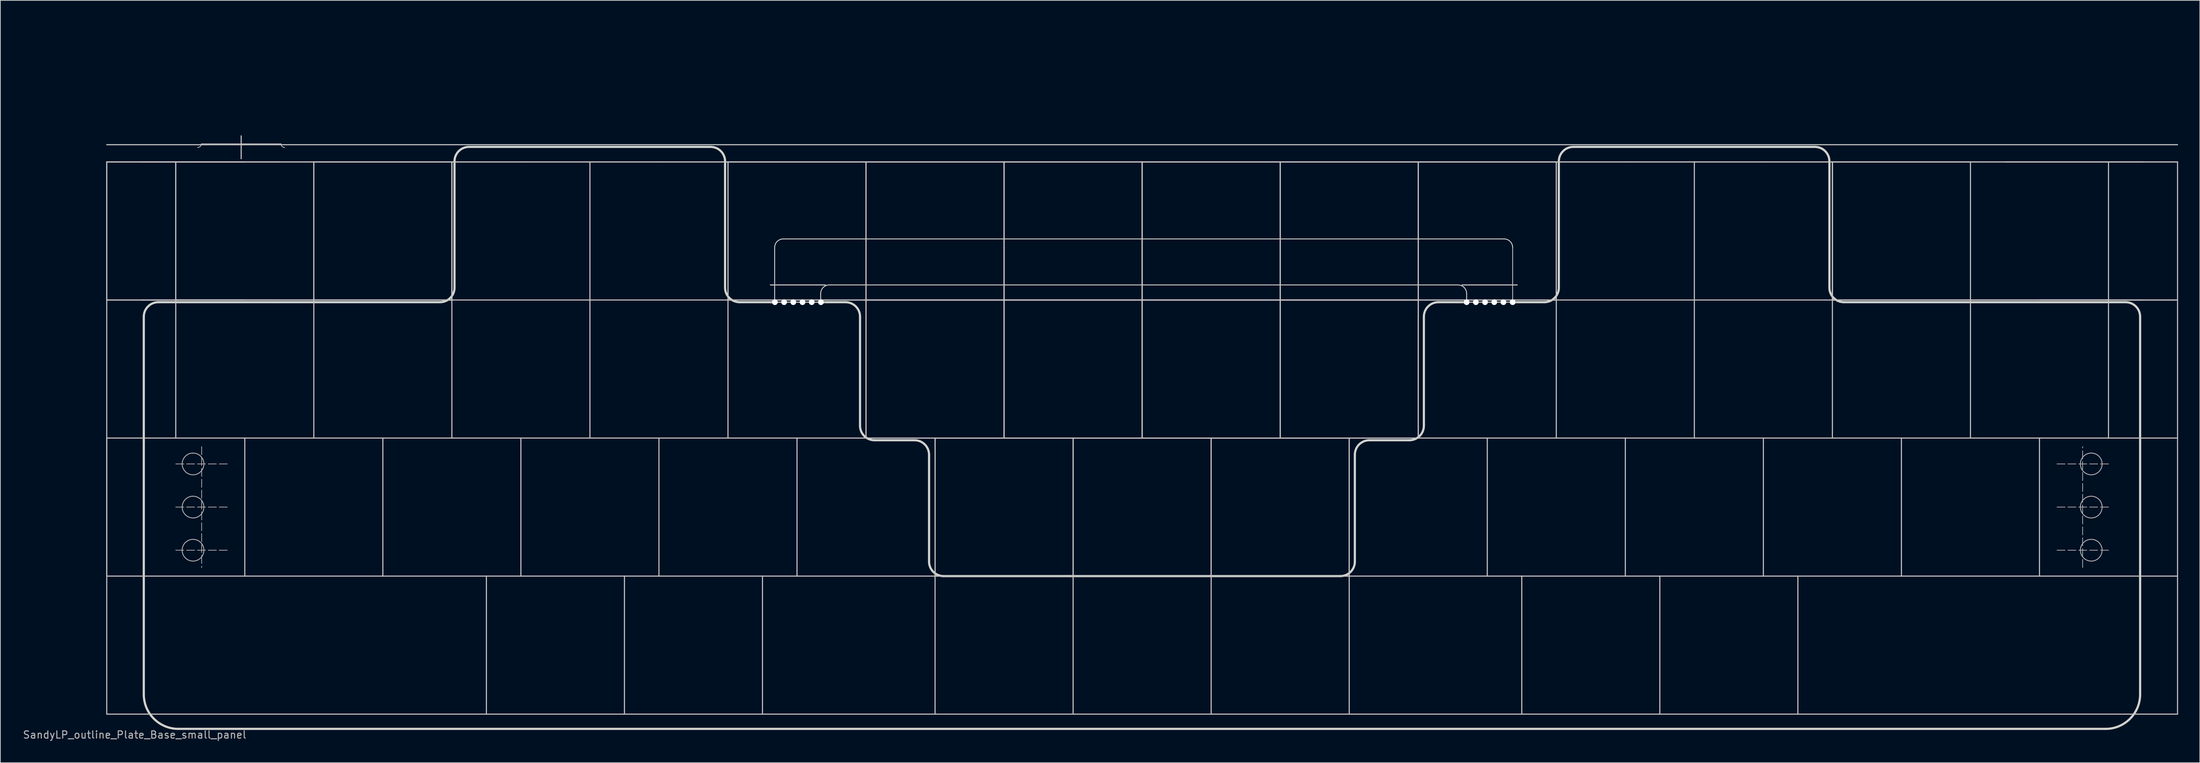
<source format=kicad_pcb>
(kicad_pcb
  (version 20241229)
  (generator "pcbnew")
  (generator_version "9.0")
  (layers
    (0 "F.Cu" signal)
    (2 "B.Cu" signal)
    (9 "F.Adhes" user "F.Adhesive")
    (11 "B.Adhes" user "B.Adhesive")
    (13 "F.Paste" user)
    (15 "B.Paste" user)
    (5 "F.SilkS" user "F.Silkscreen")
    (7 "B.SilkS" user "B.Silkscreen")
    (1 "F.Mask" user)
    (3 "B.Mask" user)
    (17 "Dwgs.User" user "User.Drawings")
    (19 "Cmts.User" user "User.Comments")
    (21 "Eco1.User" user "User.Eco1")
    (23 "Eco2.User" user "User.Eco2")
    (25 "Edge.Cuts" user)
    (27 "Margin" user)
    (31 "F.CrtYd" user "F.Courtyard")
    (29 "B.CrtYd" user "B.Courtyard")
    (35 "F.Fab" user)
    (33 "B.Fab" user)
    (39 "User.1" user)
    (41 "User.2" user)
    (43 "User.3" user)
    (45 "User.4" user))
  (footprint "SandyLP_outline_Plate_Base_small_panel"
    (layer "F.Cu")
    (at 11.68 0.25)
    (property "Reference" "SandyLP_outline_Plate_Base_small_panel" (at 3.85 98.1 0) (layer "F.Fab") (effects (font (size 1 1) (thickness 0.15))))
    (attr through_hole)
    (fp_circle (center 11.906 60.722) (end 13.406 60.722) (stroke (width 0.1) (type solid)) (fill yes) (layer "F.Mask"))
    (fp_circle (center 11.906 66.675) (end 13.406 66.675) (stroke (width 0.1) (type solid)) (fill yes) (layer "F.Mask"))
    (fp_circle (center 11.906 72.628) (end 13.406 72.628) (stroke (width 0.1) (type solid)) (fill yes) (layer "F.Mask"))
    (fp_circle (center 273.844 60.722) (end 275.344 60.722) (stroke (width 0.1) (type solid)) (fill yes) (layer "F.Mask"))
    (fp_circle (center 273.844 66.675) (end 275.344 66.675) (stroke (width 0.1) (type solid)) (fill yes) (layer "F.Mask"))
    (fp_circle (center 273.844 72.628) (end 275.344 72.628) (stroke (width 0.1) (type solid)) (fill yes) (layer "F.Mask"))
    (fp_circle (center 11.906 60.722) (end 13.406 60.722) (stroke (width 0.1) (type solid)) (fill yes) (layer "B.Mask"))
    (fp_circle (center 11.906 66.675) (end 13.406 66.675) (stroke (width 0.1) (type solid)) (fill yes) (layer "B.Mask"))
    (fp_circle (center 11.906 72.628) (end 13.406 72.628) (stroke (width 0.1) (type solid)) (fill yes) (layer "B.Mask"))
    (fp_circle (center 273.844 60.722) (end 275.344 60.722) (stroke (width 0.1) (type solid)) (fill yes) (layer "B.Mask"))
    (fp_circle (center 273.844 66.675) (end 275.344 66.675) (stroke (width 0.1) (type solid)) (fill yes) (layer "B.Mask"))
    (fp_circle (center 273.844 72.628) (end 275.344 72.628) (stroke (width 0.1) (type solid)) (fill yes) (layer "B.Mask"))
    (fp_line (start 0 19.05) (end 0 38.1) (stroke (width 0.15) (type solid)) (layer "Dwgs.User"))
    (fp_line (start 0 19.05) (end 0 38.1) (stroke (width 0.15) (type solid)) (layer "Dwgs.User"))
    (fp_line (start 0 38.1) (end 19.05 38.1) (stroke (width 0.15) (type solid)) (layer "Dwgs.User"))
    (fp_line (start 0 57.15) (end 0 38.1) (stroke (width 0.15) (type solid)) (layer "Dwgs.User"))
    (fp_line (start 0 57.15) (end 104.775 57.15) (stroke (width 0.15) (type solid)) (layer "Dwgs.User"))
    (fp_line (start 0 76.2) (end 0 57.15) (stroke (width 0.15) (type solid)) (layer "Dwgs.User"))
    (fp_line (start 0 76.2) (end 0 57.15) (stroke (width 0.15) (type solid)) (layer "Dwgs.User"))
    (fp_line (start 0 76.2) (end 0 95.25) (stroke (width 0.15) (type solid)) (layer "Dwgs.User"))
    (fp_line (start 0 95.25) (end 285.75 95.25) (stroke (width 0.15) (type solid)) (layer "Dwgs.User"))
    (fp_line (start 4.763 19.05) (end 23.812 19.05) (stroke (width 0.15) (type solid)) (layer "Dwgs.User"))
    (fp_line (start 9.525 38.1) (end 9.525 19.05) (stroke (width 0.15) (type solid)) (layer "Dwgs.User"))
    (fp_line (start 9.525 38.1) (end 9.525 19.05) (stroke (width 0.15) (type solid)) (layer "Dwgs.User"))
    (fp_line (start 9.525 38.1) (end 9.525 57.15) (stroke (width 0.15) (type solid)) (layer "Dwgs.User"))
    (fp_line (start 13.05 16.55) (end 24.05 16.55) (stroke (width 0.1) (type solid)) (layer "Dwgs.User"))
    (fp_line (start 18.55 15.45) (end 18.55 18.6) (stroke (width 0.15) (type solid)) (layer "Dwgs.User"))
    (fp_line (start 19.05 19.05) (end 0 19.05) (stroke (width 0.15) (type solid)) (layer "Dwgs.User"))
    (fp_line (start 19.05 19.05) (end 0 19.05) (stroke (width 0.15) (type solid)) (layer "Dwgs.User"))
    (fp_line (start 19.05 38.1) (end 0 38.1) (stroke (width 0.15) (type solid)) (layer "Dwgs.User"))
    (fp_line (start 19.05 57.15) (end 19.05 76.2) (stroke (width 0.15) (type solid)) (layer "Dwgs.User"))
    (fp_line (start 23.812 38.1) (end 4.763 38.1) (stroke (width 0.15) (type solid)) (layer "Dwgs.User"))
    (fp_line (start 28.575 19.05) (end 47.625 19.05) (stroke (width 0.15) (type solid)) (layer "Dwgs.User"))
    (fp_line (start 28.575 38.1) (end 9.525 38.1) (stroke (width 0.15) (type solid)) (layer "Dwgs.User"))
    (fp_line (start 28.575 38.1) (end 9.525 38.1) (stroke (width 0.15) (type solid)) (layer "Dwgs.User"))
    (fp_line (start 28.575 38.1) (end 9.525 38.1) (stroke (width 0.15) (type solid)) (layer "Dwgs.User"))
    (fp_line (start 28.575 38.1) (end 28.575 19.05) (stroke (width 0.15) (type solid)) (layer "Dwgs.User"))
    (fp_line (start 28.575 38.1) (end 28.575 19.05) (stroke (width 0.15) (type solid)) (layer "Dwgs.User"))
    (fp_line (start 28.575 38.1) (end 28.575 57.15) (stroke (width 0.15) (type solid)) (layer "Dwgs.User"))
    (fp_line (start 38.1 19.05) (end 19.05 19.05) (stroke (width 0.15) (type solid)) (layer "Dwgs.User"))
    (fp_line (start 38.1 57.15) (end 38.1 76.2) (stroke (width 0.15) (type solid)) (layer "Dwgs.User"))
    (fp_line (start 47.625 19.05) (end 47.625 38.1) (stroke (width 0.15) (type solid)) (layer "Dwgs.User"))
    (fp_line (start 47.625 19.05) (end 47.625 38.1) (stroke (width 0.15) (type solid)) (layer "Dwgs.User"))
    (fp_line (start 47.625 19.05) (end 47.625 38.1) (stroke (width 0.15) (type solid)) (layer "Dwgs.User"))
    (fp_line (start 47.625 38.1) (end 28.575 38.1) (stroke (width 0.15) (type solid)) (layer "Dwgs.User"))
    (fp_line (start 47.625 38.1) (end 28.575 38.1) (stroke (width 0.15) (type solid)) (layer "Dwgs.User"))
    (fp_line (start 47.625 38.1) (end 28.575 38.1) (stroke (width 0.15) (type solid)) (layer "Dwgs.User"))
    (fp_line (start 47.625 38.1) (end 47.625 57.15) (stroke (width 0.15) (type solid)) (layer "Dwgs.User"))
    (fp_line (start 47.625 38.1) (end 85.725 38.1) (stroke (width 0.15) (type solid)) (layer "Dwgs.User"))
    (fp_line (start 52.388 76.2) (end 52.388 95.25) (stroke (width 0.15) (type solid)) (layer "Dwgs.User"))
    (fp_line (start 57.15 19.05) (end 38.1 19.05) (stroke (width 0.15) (type solid)) (layer "Dwgs.User"))
    (fp_line (start 57.15 57.15) (end 57.15 76.2) (stroke (width 0.15) (type solid)) (layer "Dwgs.User"))
    (fp_line (start 66.675 19.05) (end 66.675 38.1) (stroke (width 0.15) (type solid)) (layer "Dwgs.User"))
    (fp_line (start 66.675 38.1) (end 66.675 57.15) (stroke (width 0.15) (type solid)) (layer "Dwgs.User"))
    (fp_line (start 71.438 76.2) (end 71.438 95.25) (stroke (width 0.15) (type solid)) (layer "Dwgs.User"))
    (fp_line (start 76.2 19.05) (end 57.15 19.05) (stroke (width 0.15) (type solid)) (layer "Dwgs.User"))
    (fp_line (start 76.2 57.15) (end 76.2 76.2) (stroke (width 0.15) (type solid)) (layer "Dwgs.User"))
    (fp_line (start 85.725 19.05) (end 104.775 19.05) (stroke (width 0.15) (type solid)) (layer "Dwgs.User"))
    (fp_line (start 85.725 38.1) (end 85.725 19.05) (stroke (width 0.15) (type solid)) (layer "Dwgs.User"))
    (fp_line (start 85.725 38.1) (end 85.725 19.05) (stroke (width 0.15) (type solid)) (layer "Dwgs.User"))
    (fp_line (start 85.725 38.1) (end 85.725 57.15) (stroke (width 0.15) (type solid)) (layer "Dwgs.User"))
    (fp_line (start 90.487 76.2) (end 90.487 95.25) (stroke (width 0.15) (type solid)) (layer "Dwgs.User"))
    (fp_line (start 95.25 19.05) (end 76.2 19.05) (stroke (width 0.15) (type solid)) (layer "Dwgs.User"))
    (fp_line (start 95.25 57.15) (end 95.25 76.2) (stroke (width 0.15) (type solid)) (layer "Dwgs.User"))
    (fp_line (start 99.175 36.019) (end 91.575 36.019) (stroke (width 0.15) (type solid)) (layer "Dwgs.User"))
    (fp_line (start 99.175 38.4) (end 91.575 38.4) (stroke (width 0.15) (type solid)) (layer "Dwgs.User"))
    (fp_line (start 104.775 19.05) (end 104.775 38.1) (stroke (width 0.15) (type solid)) (layer "Dwgs.User"))
    (fp_line (start 104.775 19.05) (end 123.825 19.05) (stroke (width 0.15) (type solid)) (layer "Dwgs.User"))
    (fp_line (start 104.775 38.1) (end 85.725 38.1) (stroke (width 0.15) (type solid)) (layer "Dwgs.User"))
    (fp_line (start 104.775 38.1) (end 85.725 38.1) (stroke (width 0.15) (type solid)) (layer "Dwgs.User"))
    (fp_line (start 104.775 38.1) (end 104.775 19.05) (stroke (width 0.15) (type solid)) (layer "Dwgs.User"))
    (fp_line (start 104.775 38.1) (end 104.775 19.05) (stroke (width 0.15) (type solid)) (layer "Dwgs.User"))
    (fp_line (start 104.775 38.1) (end 123.825 38.1) (stroke (width 0.15) (type solid)) (layer "Dwgs.User"))
    (fp_line (start 104.775 38.1) (end 123.825 38.1) (stroke (width 0.15) (type solid)) (layer "Dwgs.User"))
    (fp_line (start 104.775 57.15) (end 104.775 38.1) (stroke (width 0.15) (type solid)) (layer "Dwgs.User"))
    (fp_line (start 104.775 57.15) (end 104.775 38.1) (stroke (width 0.15) (type solid)) (layer "Dwgs.User"))
    (fp_line (start 114.3 19.05) (end 95.25 19.05) (stroke (width 0.15) (type solid)) (layer "Dwgs.User"))
    (fp_line (start 114.3 57.15) (end 133.35 57.15) (stroke (width 0.15) (type solid)) (layer "Dwgs.User"))
    (fp_line (start 114.3 57.15) (end 133.35 57.15) (stroke (width 0.15) (type solid)) (layer "Dwgs.User"))
    (fp_line (start 114.3 76.2) (end 0 76.2) (stroke (width 0.15) (type solid)) (layer "Dwgs.User"))
    (fp_line (start 114.3 76.2) (end 114.3 57.15) (stroke (width 0.15) (type solid)) (layer "Dwgs.User"))
    (fp_line (start 114.3 76.2) (end 114.3 57.15) (stroke (width 0.15) (type solid)) (layer "Dwgs.User"))
    (fp_line (start 114.3 76.2) (end 114.3 95.25) (stroke (width 0.15) (type solid)) (layer "Dwgs.User"))
    (fp_line (start 114.3 76.2) (end 133.35 76.2) (stroke (width 0.15) (type solid)) (layer "Dwgs.User"))
    (fp_line (start 123.825 19.05) (end 123.825 38.1) (stroke (width 0.15) (type solid)) (layer "Dwgs.User"))
    (fp_line (start 123.825 19.05) (end 123.825 38.1) (stroke (width 0.15) (type solid)) (layer "Dwgs.User"))
    (fp_line (start 123.825 19.05) (end 142.875 19.05) (stroke (width 0.15) (type solid)) (layer "Dwgs.User"))
    (fp_line (start 123.825 38.1) (end 104.775 38.1) (stroke (width 0.15) (type solid)) (layer "Dwgs.User"))
    (fp_line (start 123.825 38.1) (end 104.775 38.1) (stroke (width 0.15) (type solid)) (layer "Dwgs.User"))
    (fp_line (start 123.825 38.1) (end 123.825 19.05) (stroke (width 0.15) (type solid)) (layer "Dwgs.User"))
    (fp_line (start 123.825 38.1) (end 123.825 57.15) (stroke (width 0.15) (type solid)) (layer "Dwgs.User"))
    (fp_line (start 123.825 38.1) (end 142.875 38.1) (stroke (width 0.15) (type solid)) (layer "Dwgs.User"))
    (fp_line (start 123.825 38.1) (end 142.875 38.1) (stroke (width 0.15) (type solid)) (layer "Dwgs.User"))
    (fp_line (start 123.825 57.15) (end 104.775 57.15) (stroke (width 0.15) (type solid)) (layer "Dwgs.User"))
    (fp_line (start 123.825 57.15) (end 104.775 57.15) (stroke (width 0.15) (type solid)) (layer "Dwgs.User"))
    (fp_line (start 123.825 57.15) (end 123.825 38.1) (stroke (width 0.15) (type solid)) (layer "Dwgs.User"))
    (fp_line (start 123.825 57.15) (end 123.825 38.1) (stroke (width 0.15) (type solid)) (layer "Dwgs.User"))
    (fp_line (start 133.35 19.05) (end 114.3 19.05) (stroke (width 0.15) (type solid)) (layer "Dwgs.User"))
    (fp_line (start 133.35 57.15) (end 133.35 76.2) (stroke (width 0.15) (type solid)) (layer "Dwgs.User"))
    (fp_line (start 133.35 57.15) (end 152.4 57.15) (stroke (width 0.15) (type solid)) (layer "Dwgs.User"))
    (fp_line (start 133.35 57.15) (end 152.4 57.15) (stroke (width 0.15) (type solid)) (layer "Dwgs.User"))
    (fp_line (start 133.35 76.2) (end 114.3 76.2) (stroke (width 0.15) (type solid)) (layer "Dwgs.User"))
    (fp_line (start 133.35 76.2) (end 114.3 76.2) (stroke (width 0.15) (type solid)) (layer "Dwgs.User"))
    (fp_line (start 133.35 76.2) (end 133.35 57.15) (stroke (width 0.15) (type solid)) (layer "Dwgs.User"))
    (fp_line (start 133.35 76.2) (end 133.35 57.15) (stroke (width 0.15) (type solid)) (layer "Dwgs.User"))
    (fp_line (start 133.35 76.2) (end 133.35 95.25) (stroke (width 0.15) (type solid)) (layer "Dwgs.User"))
    (fp_line (start 142.875 19.05) (end 142.875 38.1) (stroke (width 0.15) (type solid)) (layer "Dwgs.User"))
    (fp_line (start 142.875 19.05) (end 142.875 38.1) (stroke (width 0.15) (type solid)) (layer "Dwgs.User"))
    (fp_line (start 142.875 19.05) (end 161.925 19.05) (stroke (width 0.15) (type solid)) (layer "Dwgs.User"))
    (fp_line (start 142.875 38.1) (end 123.825 38.1) (stroke (width 0.15) (type solid)) (layer "Dwgs.User"))
    (fp_line (start 142.875 38.1) (end 123.825 38.1) (stroke (width 0.15) (type solid)) (layer "Dwgs.User"))
    (fp_line (start 142.875 38.1) (end 142.875 19.05) (stroke (width 0.15) (type solid)) (layer "Dwgs.User"))
    (fp_line (start 142.875 38.1) (end 142.875 57.15) (stroke (width 0.15) (type solid)) (layer "Dwgs.User"))
    (fp_line (start 142.875 38.1) (end 161.925 38.1) (stroke (width 0.15) (type solid)) (layer "Dwgs.User"))
    (fp_line (start 142.875 38.1) (end 161.925 38.1) (stroke (width 0.15) (type solid)) (layer "Dwgs.User"))
    (fp_line (start 142.875 57.15) (end 123.825 57.15) (stroke (width 0.15) (type solid)) (layer "Dwgs.User"))
    (fp_line (start 142.875 57.15) (end 123.825 57.15) (stroke (width 0.15) (type solid)) (layer "Dwgs.User"))
    (fp_line (start 142.875 57.15) (end 142.875 38.1) (stroke (width 0.15) (type solid)) (layer "Dwgs.User"))
    (fp_line (start 142.875 57.15) (end 142.875 38.1) (stroke (width 0.15) (type solid)) (layer "Dwgs.User"))
    (fp_line (start 152.4 19.05) (end 133.35 19.05) (stroke (width 0.15) (type solid)) (layer "Dwgs.User"))
    (fp_line (start 152.4 57.15) (end 152.4 76.2) (stroke (width 0.15) (type solid)) (layer "Dwgs.User"))
    (fp_line (start 152.4 57.15) (end 171.45 57.15) (stroke (width 0.15) (type solid)) (layer "Dwgs.User"))
    (fp_line (start 152.4 57.15) (end 171.45 57.15) (stroke (width 0.15) (type solid)) (layer "Dwgs.User"))
    (fp_line (start 152.4 76.2) (end 133.35 76.2) (stroke (width 0.15) (type solid)) (layer "Dwgs.User"))
    (fp_line (start 152.4 76.2) (end 133.35 76.2) (stroke (width 0.15) (type solid)) (layer "Dwgs.User"))
    (fp_line (start 152.4 76.2) (end 152.4 57.15) (stroke (width 0.15) (type solid)) (layer "Dwgs.User"))
    (fp_line (start 152.4 76.2) (end 152.4 57.15) (stroke (width 0.15) (type solid)) (layer "Dwgs.User"))
    (fp_line (start 152.4 76.2) (end 152.4 95.25) (stroke (width 0.15) (type solid)) (layer "Dwgs.User"))
    (fp_line (start 161.925 19.05) (end 161.925 38.1) (stroke (width 0.15) (type solid)) (layer "Dwgs.User"))
    (fp_line (start 161.925 19.05) (end 180.975 19.05) (stroke (width 0.15) (type solid)) (layer "Dwgs.User"))
    (fp_line (start 161.925 38.1) (end 142.875 38.1) (stroke (width 0.15) (type solid)) (layer "Dwgs.User"))
    (fp_line (start 161.925 38.1) (end 142.875 38.1) (stroke (width 0.15) (type solid)) (layer "Dwgs.User"))
    (fp_line (start 161.925 38.1) (end 161.925 19.05) (stroke (width 0.15) (type solid)) (layer "Dwgs.User"))
    (fp_line (start 161.925 38.1) (end 161.925 19.05) (stroke (width 0.15) (type solid)) (layer "Dwgs.User"))
    (fp_line (start 161.925 38.1) (end 161.925 57.15) (stroke (width 0.15) (type solid)) (layer "Dwgs.User"))
    (fp_line (start 161.925 38.1) (end 180.975 38.1) (stroke (width 0.15) (type solid)) (layer "Dwgs.User"))
    (fp_line (start 161.925 38.1) (end 180.975 38.1) (stroke (width 0.15) (type solid)) (layer "Dwgs.User"))
    (fp_line (start 161.925 57.15) (end 142.875 57.15) (stroke (width 0.15) (type solid)) (layer "Dwgs.User"))
    (fp_line (start 161.925 57.15) (end 142.875 57.15) (stroke (width 0.15) (type solid)) (layer "Dwgs.User"))
    (fp_line (start 161.925 57.15) (end 161.925 38.1) (stroke (width 0.15) (type solid)) (layer "Dwgs.User"))
    (fp_line (start 161.925 57.15) (end 161.925 38.1) (stroke (width 0.15) (type solid)) (layer "Dwgs.User"))
    (fp_line (start 171.45 19.05) (end 152.4 19.05) (stroke (width 0.15) (type solid)) (layer "Dwgs.User"))
    (fp_line (start 171.45 57.15) (end 171.45 76.2) (stroke (width 0.15) (type solid)) (layer "Dwgs.User"))
    (fp_line (start 171.45 57.15) (end 171.45 76.2) (stroke (width 0.15) (type solid)) (layer "Dwgs.User"))
    (fp_line (start 171.45 76.2) (end 152.4 76.2) (stroke (width 0.15) (type solid)) (layer "Dwgs.User"))
    (fp_line (start 171.45 76.2) (end 152.4 76.2) (stroke (width 0.15) (type solid)) (layer "Dwgs.User"))
    (fp_line (start 171.45 76.2) (end 171.45 95.25) (stroke (width 0.15) (type solid)) (layer "Dwgs.User"))
    (fp_line (start 171.45 76.2) (end 285.75 76.2) (stroke (width 0.15) (type solid)) (layer "Dwgs.User"))
    (fp_line (start 180.975 19.05) (end 180.975 38.1) (stroke (width 0.15) (type solid)) (layer "Dwgs.User"))
    (fp_line (start 180.975 19.05) (end 180.975 38.1) (stroke (width 0.15) (type solid)) (layer "Dwgs.User"))
    (fp_line (start 180.975 19.05) (end 200.025 19.05) (stroke (width 0.15) (type solid)) (layer "Dwgs.User"))
    (fp_line (start 180.975 38.1) (end 161.925 38.1) (stroke (width 0.15) (type solid)) (layer "Dwgs.User"))
    (fp_line (start 180.975 38.1) (end 161.925 38.1) (stroke (width 0.15) (type solid)) (layer "Dwgs.User"))
    (fp_line (start 180.975 38.1) (end 180.975 19.05) (stroke (width 0.15) (type solid)) (layer "Dwgs.User"))
    (fp_line (start 180.975 38.1) (end 180.975 57.15) (stroke (width 0.15) (type solid)) (layer "Dwgs.User"))
    (fp_line (start 180.975 38.1) (end 180.975 57.15) (stroke (width 0.15) (type solid)) (layer "Dwgs.User"))
    (fp_line (start 180.975 57.15) (end 161.925 57.15) (stroke (width 0.15) (type solid)) (layer "Dwgs.User"))
    (fp_line (start 180.975 57.15) (end 161.925 57.15) (stroke (width 0.15) (type solid)) (layer "Dwgs.User"))
    (fp_line (start 180.975 57.15) (end 285.75 57.15) (stroke (width 0.15) (type solid)) (layer "Dwgs.User"))
    (fp_line (start 190.5 19.05) (end 171.45 19.05) (stroke (width 0.15) (type solid)) (layer "Dwgs.User"))
    (fp_line (start 190.5 57.15) (end 190.5 76.2) (stroke (width 0.15) (type solid)) (layer "Dwgs.User"))
    (fp_line (start 194.628 36.019) (end 187.028 36.019) (stroke (width 0.15) (type solid)) (layer "Dwgs.User"))
    (fp_line (start 194.628 38.4) (end 187.028 38.4) (stroke (width 0.15) (type solid)) (layer "Dwgs.User"))
    (fp_line (start 195.262 76.2) (end 195.262 95.25) (stroke (width 0.15) (type solid)) (layer "Dwgs.User"))
    (fp_line (start 200.025 19.05) (end 200.025 38.1) (stroke (width 0.15) (type solid)) (layer "Dwgs.User"))
    (fp_line (start 200.025 19.05) (end 200.025 38.1) (stroke (width 0.15) (type solid)) (layer "Dwgs.User"))
    (fp_line (start 200.025 38.1) (end 180.975 38.1) (stroke (width 0.15) (type solid)) (layer "Dwgs.User"))
    (fp_line (start 200.025 38.1) (end 180.975 38.1) (stroke (width 0.15) (type solid)) (layer "Dwgs.User"))
    (fp_line (start 200.025 38.1) (end 200.025 57.15) (stroke (width 0.15) (type solid)) (layer "Dwgs.User"))
    (fp_line (start 200.025 38.1) (end 238.125 38.1) (stroke (width 0.15) (type solid)) (layer "Dwgs.User"))
    (fp_line (start 209.55 19.05) (end 190.5 19.05) (stroke (width 0.15) (type solid)) (layer "Dwgs.User"))
    (fp_line (start 209.55 57.15) (end 209.55 76.2) (stroke (width 0.15) (type solid)) (layer "Dwgs.User"))
    (fp_line (start 214.312 76.2) (end 214.312 95.25) (stroke (width 0.15) (type solid)) (layer "Dwgs.User"))
    (fp_line (start 219.075 19.05) (end 219.075 38.1) (stroke (width 0.15) (type solid)) (layer "Dwgs.User"))
    (fp_line (start 219.075 38.1) (end 219.075 57.15) (stroke (width 0.15) (type solid)) (layer "Dwgs.User"))
    (fp_line (start 228.6 19.05) (end 209.55 19.05) (stroke (width 0.15) (type solid)) (layer "Dwgs.User"))
    (fp_line (start 228.6 57.15) (end 228.6 76.2) (stroke (width 0.15) (type solid)) (layer "Dwgs.User"))
    (fp_line (start 233.363 76.2) (end 233.363 95.25) (stroke (width 0.15) (type solid)) (layer "Dwgs.User"))
    (fp_line (start 238.125 19.05) (end 238.125 38.1) (stroke (width 0.15) (type solid)) (layer "Dwgs.User"))
    (fp_line (start 238.125 19.05) (end 257.175 19.05) (stroke (width 0.15) (type solid)) (layer "Dwgs.User"))
    (fp_line (start 238.125 38.1) (end 238.125 19.05) (stroke (width 0.15) (type solid)) (layer "Dwgs.User"))
    (fp_line (start 238.125 38.1) (end 238.125 19.05) (stroke (width 0.15) (type solid)) (layer "Dwgs.User"))
    (fp_line (start 238.125 38.1) (end 238.125 57.15) (stroke (width 0.15) (type solid)) (layer "Dwgs.User"))
    (fp_line (start 238.125 38.1) (end 257.175 38.1) (stroke (width 0.15) (type solid)) (layer "Dwgs.User"))
    (fp_line (start 247.65 19.05) (end 228.6 19.05) (stroke (width 0.15) (type solid)) (layer "Dwgs.User"))
    (fp_line (start 247.65 57.15) (end 247.65 76.2) (stroke (width 0.15) (type solid)) (layer "Dwgs.User"))
    (fp_line (start 257.175 19.05) (end 257.175 38.1) (stroke (width 0.15) (type solid)) (layer "Dwgs.User"))
    (fp_line (start 257.175 38.1) (end 238.125 38.1) (stroke (width 0.15) (type solid)) (layer "Dwgs.User"))
    (fp_line (start 257.175 38.1) (end 238.125 38.1) (stroke (width 0.15) (type solid)) (layer "Dwgs.User"))
    (fp_line (start 257.175 38.1) (end 257.175 57.15) (stroke (width 0.15) (type solid)) (layer "Dwgs.User"))
    (fp_line (start 257.175 38.1) (end 276.225 38.1) (stroke (width 0.15) (type solid)) (layer "Dwgs.User"))
    (fp_line (start 261.938 19.05) (end 280.988 19.05) (stroke (width 0.15) (type solid)) (layer "Dwgs.User"))
    (fp_line (start 266.7 19.05) (end 247.65 19.05) (stroke (width 0.15) (type solid)) (layer "Dwgs.User"))
    (fp_line (start 266.7 57.15) (end 266.7 76.2) (stroke (width 0.15) (type solid)) (layer "Dwgs.User"))
    (fp_line (start 276.225 38.1) (end 257.175 38.1) (stroke (width 0.15) (type solid)) (layer "Dwgs.User"))
    (fp_line (start 276.225 38.1) (end 276.225 19.05) (stroke (width 0.15) (type solid)) (layer "Dwgs.User"))
    (fp_line (start 276.225 38.1) (end 276.225 57.15) (stroke (width 0.15) (type solid)) (layer "Dwgs.User"))
    (fp_line (start 280.988 38.1) (end 257.175 38.1) (stroke (width 0.15) (type solid)) (layer "Dwgs.User"))
    (fp_line (start 285.75 16.669) (end 0 16.669) (stroke (width 0.15) (type solid)) (layer "Dwgs.User"))
    (fp_line (start 285.75 19.05) (end 0 19.05) (stroke (width 0.15) (type solid)) (layer "Dwgs.User"))
    (fp_line (start 285.75 19.05) (end 266.7 19.05) (stroke (width 0.15) (type solid)) (layer "Dwgs.User"))
    (fp_line (start 285.75 19.05) (end 285.75 38.1) (stroke (width 0.15) (type solid)) (layer "Dwgs.User"))
    (fp_line (start 285.75 38.1) (end 266.7 38.1) (stroke (width 0.15) (type solid)) (layer "Dwgs.User"))
    (fp_line (start 285.75 38.1) (end 266.7 38.1) (stroke (width 0.15) (type solid)) (layer "Dwgs.User"))
    (fp_line (start 285.75 38.1) (end 285.75 57.15) (stroke (width 0.15) (type solid)) (layer "Dwgs.User"))
    (fp_line (start 285.75 57.15) (end 285.75 76.2) (stroke (width 0.15) (type solid)) (layer "Dwgs.User"))
    (fp_line (start 285.75 95.25) (end 285.75 76.2) (stroke (width 0.15) (type solid)) (layer "Dwgs.User"))
    (fp_arc (start 13.05 16.55) (mid 12.903553 16.903553) (end 12.55 17.05) (stroke (width 0.1) (type solid)) (layer "Dwgs.User"))
    (fp_arc (start 24.55 17.05) (mid 24.196447 16.903553) (end 24.05 16.55) (stroke (width 0.1) (type solid)) (layer "Dwgs.User"))
    (fp_arc (start 88.34 37.54996) (mid 86.925778 36.964175) (end 86.34 35.54996) (stroke (width 0.3) (type solid)) (layer "Eco1.User"))
    (fp_line (start 5.013 35.786) (end 5.013 21.731) (stroke (width 0.3) (type solid)) (layer "Eco2.User"))
    (fp_line (start 7.013 37.786) (end 45.3 37.8) (stroke (width 0.3) (type solid)) (layer "Eco2.User"))
    (fp_line (start 9.775 16.969) (end 45.31 16.969) (stroke (width 0.3) (type solid)) (layer "Eco2.User"))
    (fp_line (start 47.3 35.8) (end 47.31 18.969) (stroke (width 0.3) (type solid)) (layer "Eco2.User"))
    (fp_line (start 86.34 35.55) (end 86.34 18.969) (stroke (width 0.3) (type solid)) (layer "Eco2.User"))
    (fp_line (start 88.34 37.55) (end 103.4 37.55) (stroke (width 0.3) (type solid)) (layer "Eco2.User"))
    (fp_line (start 105.4 54.55) (end 105.4 39.55) (stroke (width 0.3) (type solid)) (layer "Eco2.User"))
    (fp_line (start 107.4 56.55) (end 112.925 56.55) (stroke (width 0.3) (type solid)) (layer "Eco2.User"))
    (fp_line (start 114.925 73.625) (end 114.925 58.55) (stroke (width 0.3) (type solid)) (layer "Eco2.User"))
    (fp_line (start 116.925 75.625) (end 168.85 75.621) (stroke (width 0.3) (type solid)) (layer "Eco2.User"))
    (fp_line (start 170.85 73.621) (end 170.85 58.489) (stroke (width 0.3) (type solid)) (layer "Eco2.User"))
    (fp_line (start 172.85 56.489) (end 178.35 56.479) (stroke (width 0.3) (type solid)) (layer "Eco2.User"))
    (fp_line (start 180.35 54.479) (end 180.35 39.472) (stroke (width 0.3) (type solid)) (layer "Eco2.User"))
    (fp_line (start 182.35 37.472) (end 197.43 37.462) (stroke (width 0.3) (type solid)) (layer "Eco2.User"))
    (fp_line (start 197.43 16.969) (end 88.34 16.969) (stroke (width 0.3) (type solid)) (layer "Eco2.User"))
    (fp_line (start 199.43 35.462) (end 199.43 18.969) (stroke (width 0.3) (type solid)) (layer "Eco2.User"))
    (fp_line (start 238.45 35.8) (end 238.44 18.969) (stroke (width 0.3) (type solid)) (layer "Eco2.User"))
    (fp_line (start 275.975 16.969) (end 240.44 16.969) (stroke (width 0.3) (type solid)) (layer "Eco2.User"))
    (fp_line (start 278.738 37.786) (end 240.45 37.8) (stroke (width 0.3) (type solid)) (layer "Eco2.User"))
    (fp_line (start 280.738 35.786) (end 280.738 21.731) (stroke (width 0.3) (type solid)) (layer "Eco2.User"))
    (fp_arc (start 5.0125 21.73121) (mid 6.407406 18.363617) (end 9.775 16.96871) (stroke (width 0.3) (type default)) (layer "Eco2.User"))
    (fp_arc (start 7.0125 37.785786) (mid 5.598304 37.199997) (end 5.0125 35.785786) (stroke (width 0.3) (type solid)) (layer "Eco2.User"))
    (fp_arc (start 45.31 16.96871) (mid 46.724222 17.554495) (end 47.31 18.96871) (stroke (width 0.3) (type solid)) (layer "Eco2.User"))
    (fp_arc (start 47.3 35.8) (mid 46.714226 37.214236) (end 45.3 37.8) (stroke (width 0.3) (type solid)) (layer "Eco2.User"))
    (fp_arc (start 86.34 18.96871) (mid 86.925789 17.554477) (end 88.34 16.96871) (stroke (width 0.3) (type solid)) (layer "Eco2.User"))
    (fp_arc (start 88.34 37.54996) (mid 86.925807 36.964146) (end 86.34 35.54996) (stroke (width 0.3) (type solid)) (layer "Eco2.User"))
    (fp_arc (start 103.4 37.54996) (mid 104.814205 38.135748) (end 105.4 39.54996) (stroke (width 0.3) (type solid)) (layer "Eco2.User"))
    (fp_arc (start 107.4 56.54996) (mid 105.985778 55.964175) (end 105.4 54.54996) (stroke (width 0.3) (type solid)) (layer "Eco2.User"))
    (fp_arc (start 112.925 56.54996) (mid 114.339205 57.135748) (end 114.925 58.54996) (stroke (width 0.3) (type solid)) (layer "Eco2.User"))
    (fp_arc (start 116.925 75.62496) (mid 115.510778 75.039175) (end 114.925 73.62496) (stroke (width 0.3) (type solid)) (layer "Eco2.User"))
    (fp_arc (start 170.85 58.489174) (mid 171.435808 57.075) (end 172.85 56.489174) (stroke (width 0.3) (type solid)) (layer "Eco2.User"))
    (fp_arc (start 170.85 73.620746) (mid 170.26418 75.034923) (end 168.85 75.620746) (stroke (width 0.3) (type solid)) (layer "Eco2.User"))
    (fp_arc (start 180.35 39.471532) (mid 180.935758 38.057291) (end 182.35 37.471532) (stroke (width 0.3) (type solid)) (layer "Eco2.User"))
    (fp_arc (start 180.35 54.479174) (mid 179.764235 55.893427) (end 178.35 56.479174) (stroke (width 0.3) (type solid)) (layer "Eco2.User"))
    (fp_arc (start 197.43 16.96871) (mid 198.844222 17.554495) (end 199.43 18.96871) (stroke (width 0.3) (type solid)) (layer "Eco2.User"))
    (fp_arc (start 199.43 35.461532) (mid 198.844185 36.875718) (end 197.43 37.461532) (stroke (width 0.3) (type solid)) (layer "Eco2.User"))
    (fp_arc (start 238.44 18.96871) (mid 239.025789 17.554477) (end 240.44 16.96871) (stroke (width 0.3) (type solid)) (layer "Eco2.User"))
    (fp_arc (start 240.45 37.8) (mid 239.035763 37.214218) (end 238.45 35.8) (stroke (width 0.3) (type solid)) (layer "Eco2.User"))
    (fp_arc (start 275.975 16.96871) (mid 279.342605 18.363612) (end 280.7375 21.73121) (stroke (width 0.3) (type default)) (layer "Eco2.User"))
    (fp_arc (start 280.7375 35.785786) (mid 280.151725 37.199996) (end 278.7375 37.785786) (stroke (width 0.3) (type solid)) (layer "Eco2.User"))
    (fp_line (start 5.112 92.519) (end 5.112 40.4) (stroke (width 0.3) (type solid)) (layer "Edge.Cuts"))
    (fp_line (start 7.112 38.4) (end 45.987 38.4) (stroke (width 0.3) (type solid)) (layer "Edge.Cuts"))
    (fp_line (start 47.987 18.969) (end 47.987 36.4) (stroke (width 0.3) (type solid)) (layer "Edge.Cuts"))
    (fp_line (start 49.987 16.969) (end 83.325 16.969) (stroke (width 0.3) (type solid)) (layer "Edge.Cuts"))
    (fp_line (start 85.325 18.969) (end 85.325 36.4) (stroke (width 0.3) (type solid)) (layer "Edge.Cuts"))
    (fp_line (start 87.325 38.4) (end 92.166 38.4) (stroke (width 0.3) (type solid)) (layer "Edge.Cuts"))
    (fp_line (start 92.166 30.859) (end 92.166 38.4) (stroke (width 0.12) (type solid)) (layer "Edge.Cuts"))
    (fp_line (start 98.516 37.209) (end 98.516 38.4) (stroke (width 0.12) (type solid)) (layer "Edge.Cuts"))
    (fp_line (start 98.516 38.4) (end 101.947 38.4) (stroke (width 0.3) (type solid)) (layer "Edge.Cuts"))
    (fp_line (start 99.706 36.019) (end 186.463 36.019) (stroke (width 0.12) (type solid)) (layer "Edge.Cuts"))
    (fp_line (start 103.947 40.4) (end 103.947 55.45) (stroke (width 0.3) (type solid)) (layer "Edge.Cuts"))
    (fp_line (start 105.947 57.45) (end 111.472 57.45) (stroke (width 0.3) (type solid)) (layer "Edge.Cuts"))
    (fp_line (start 113.472 59.45) (end 113.472 74.2) (stroke (width 0.3) (type solid)) (layer "Edge.Cuts"))
    (fp_line (start 170.228 76.2) (end 115.472 76.2) (stroke (width 0.3) (type solid)) (layer "Edge.Cuts"))
    (fp_line (start 172.228 59.45) (end 172.228 74.2) (stroke (width 0.3) (type solid)) (layer "Edge.Cuts"))
    (fp_line (start 179.753 57.45) (end 174.228 57.45) (stroke (width 0.3) (type solid)) (layer "Edge.Cuts"))
    (fp_line (start 181.753 40.4) (end 181.753 55.45) (stroke (width 0.3) (type solid)) (layer "Edge.Cuts"))
    (fp_line (start 187.653 37.209) (end 187.653 38.4) (stroke (width 0.12) (type solid)) (layer "Edge.Cuts"))
    (fp_line (start 187.653 38.4) (end 183.753 38.4) (stroke (width 0.3) (type solid)) (layer "Edge.Cuts"))
    (fp_line (start 192.813 29.669) (end 93.356 29.669) (stroke (width 0.12) (type solid)) (layer "Edge.Cuts"))
    (fp_line (start 194.003 38.4) (end 194.003 30.859) (stroke (width 0.1) (type solid)) (layer "Edge.Cuts"))
    (fp_line (start 198.375 38.4) (end 194.003 38.4) (stroke (width 0.3) (type solid)) (layer "Edge.Cuts"))
    (fp_line (start 200.375 18.969) (end 200.375 36.4) (stroke (width 0.3) (type solid)) (layer "Edge.Cuts"))
    (fp_line (start 235.713 16.969) (end 202.375 16.969) (stroke (width 0.3) (type solid)) (layer "Edge.Cuts"))
    (fp_line (start 237.713 18.969) (end 237.713 36.4) (stroke (width 0.3) (type solid)) (layer "Edge.Cuts"))
    (fp_line (start 275.825 97.281) (end 9.875 97.281) (stroke (width 0.3) (type solid)) (layer "Edge.Cuts"))
    (fp_line (start 278.587 38.4) (end 239.713 38.4) (stroke (width 0.3) (type solid)) (layer "Edge.Cuts"))
    (fp_line (start 280.587 40.4) (end 280.587 92.519) (stroke (width 0.3) (type solid)) (layer "Edge.Cuts"))
    (fp_arc (start 5.1125 40.39996) (mid 5.698286 38.985746) (end 7.1125 38.39996) (stroke (width 0.3) (type solid)) (layer "Edge.Cuts"))
    (fp_arc (start 9.875 97.28121) (mid 6.507404 95.886306) (end 5.1125 92.51871) (stroke (width 0.3) (type default)) (layer "Edge.Cuts"))
    (fp_arc (start 47.9875 18.96871) (mid 48.573286 17.554496) (end 49.9875 16.96871) (stroke (width 0.3) (type solid)) (layer "Edge.Cuts"))
    (fp_arc (start 47.9875 36.39996) (mid 47.401713 37.814173) (end 45.9875 38.39996) (stroke (width 0.3) (type solid)) (layer "Edge.Cuts"))
    (fp_arc (start 83.325 16.96871) (mid 84.739192 17.5545) (end 85.325 18.96871) (stroke (width 0.3) (type solid)) (layer "Edge.Cuts"))
    (fp_arc (start 87.325 38.39996) (mid 85.910787 37.814173) (end 85.325 36.39996) (stroke (width 0.3) (type solid)) (layer "Edge.Cuts"))
    (fp_arc (start 92.165554 30.859335) (mid 92.514252 30.017391) (end 93.356179 29.66871) (stroke (width 0.12) (type solid)) (layer "Edge.Cuts"))
    (fp_arc (start 98.515551 37.209335) (mid 98.864243 36.367399) (end 99.706179 36.018707) (stroke (width 0.12) (type solid)) (layer "Edge.Cuts"))
    (fp_arc (start 101.946875 38.39996) (mid 103.361088 38.985747) (end 103.946875 40.39996) (stroke (width 0.3) (type solid)) (layer "Edge.Cuts"))
    (fp_arc (start 105.946875 57.44996) (mid 104.532662 56.864173) (end 103.946875 55.44996) (stroke (width 0.3) (type solid)) (layer "Edge.Cuts"))
    (fp_arc (start 111.471875 57.44996) (mid 112.886088 58.035747) (end 113.471875 59.44996) (stroke (width 0.3) (type solid)) (layer "Edge.Cuts"))
    (fp_arc (start 115.471875 76.2) (mid 114.057665 75.614207) (end 113.471875 74.2) (stroke (width 0.3) (type solid)) (layer "Edge.Cuts"))
    (fp_arc (start 172.228125 59.44996) (mid 172.813911 58.035745) (end 174.228125 57.44996) (stroke (width 0.3) (type solid)) (layer "Edge.Cuts"))
    (fp_arc (start 172.228125 74.2) (mid 171.642328 75.6142) (end 170.228125 76.2) (stroke (width 0.3) (type solid)) (layer "Edge.Cuts"))
    (fp_arc (start 181.753125 40.39996) (mid 182.338911 38.985745) (end 183.753125 38.39996) (stroke (width 0.3) (type solid)) (layer "Edge.Cuts"))
    (fp_arc (start 181.753125 55.44996) (mid 181.167339 56.864175) (end 179.753125 57.44996) (stroke (width 0.3) (type solid)) (layer "Edge.Cuts"))
    (fp_arc (start 186.462576 36.01871) (mid 187.304466 36.367445) (end 187.653201 37.209335) (stroke (width 0.12) (type solid)) (layer "Edge.Cuts"))
    (fp_arc (start 192.812576 29.66871) (mid 193.6545 30.017438) (end 194.003201 30.859335) (stroke (width 0.12) (type solid)) (layer "Edge.Cuts"))
    (fp_arc (start 200.375 18.96871) (mid 200.960801 17.554522) (end 202.375 16.96871) (stroke (width 0.3) (type solid)) (layer "Edge.Cuts"))
    (fp_arc (start 200.375 36.39996) (mid 199.789214 37.814174) (end 198.375 38.39996) (stroke (width 0.3) (type solid)) (layer "Edge.Cuts"))
    (fp_arc (start 235.7125 16.96871) (mid 237.126728 17.554494) (end 237.7125 18.96871) (stroke (width 0.3) (type solid)) (layer "Edge.Cuts"))
    (fp_arc (start 239.7125 38.39996) (mid 238.298295 37.814165) (end 237.7125 36.39996) (stroke (width 0.3) (type solid)) (layer "Edge.Cuts"))
    (fp_arc (start 278.5875 38.39996) (mid 280.001692 38.98575) (end 280.5875 40.39996) (stroke (width 0.3) (type solid)) (layer "Edge.Cuts"))
    (fp_arc (start 280.5875 92.51871) (mid 279.192591 95.886301) (end 275.825 97.28121) (stroke (width 0.3) (type default)) (layer "Edge.Cuts"))
    (fp_line (start 9.525 60.722) (end 16.669 60.722) (stroke (width 0.1) (type dash)) (layer "F.Fab"))
    (fp_line (start 9.525 66.675) (end 16.669 66.675) (stroke (width 0.1) (type dash)) (layer "F.Fab"))
    (fp_line (start 9.525 72.628) (end 16.669 72.628) (stroke (width 0.1) (type dash)) (layer "F.Fab"))
    (fp_line (start 13.097 58.341) (end 13.097 75.009) (stroke (width 0.1) (type dash)) (layer "F.Fab"))
    (fp_line (start 272.653 75.009) (end 272.653 58.341) (stroke (width 0.1) (type dash)) (layer "F.Fab"))
    (fp_line (start 276.225 60.722) (end 269.081 60.722) (stroke (width 0.1) (type dash)) (layer "F.Fab"))
    (fp_line (start 276.225 66.675) (end 269.081 66.675) (stroke (width 0.1) (type dash)) (layer "F.Fab"))
    (fp_line (start 276.225 72.628) (end 269.081 72.628) (stroke (width 0.1) (type dash)) (layer "F.Fab"))
    (fp_circle (center 11.906 60.722) (end 13.406 60.722) (stroke (width 0.12) (type default)) (fill no) (layer "F.Fab"))
    (fp_circle (center 11.906 66.675) (end 13.406 66.675) (stroke (width 0.12) (type default)) (fill no) (layer "F.Fab"))
    (fp_circle (center 11.906 72.628) (end 13.406 72.628) (stroke (width 0.12) (type default)) (fill no) (layer "F.Fab"))
    (fp_circle (center 273.844 60.722) (end 275.344 60.722) (stroke (width 0.12) (type default)) (fill no) (layer "F.Fab"))
    (fp_circle (center 273.844 66.675) (end 275.344 66.675) (stroke (width 0.12) (type default)) (fill no) (layer "F.Fab"))
    (fp_circle (center 273.844 72.628) (end 275.344 72.628) (stroke (width 0.12) (type default)) (fill no) (layer "F.Fab"))
    (pad "" np_thru_hole circle (at 92.2 38.4 180) (size 0.787 0.787) (drill 0.787) (layers "*.Cu" "*.Mask"))
    (pad "" np_thru_hole circle (at 93.47 38.4 180) (size 0.787 0.787) (drill 0.787) (layers "*.Cu" "*.Mask"))
    (pad "" np_thru_hole circle (at 94.74 38.4 180) (size 0.787 0.787) (drill 0.787) (layers "*.Cu" "*.Mask"))
    (pad "" np_thru_hole circle (at 96.01 38.4 180) (size 0.787 0.787) (drill 0.787) (layers "*.Cu" "*.Mask"))
    (pad "" np_thru_hole circle (at 97.28 38.4 180) (size 0.787 0.787) (drill 0.787) (layers "*.Cu" "*.Mask"))
    (pad "" np_thru_hole circle (at 98.55 38.4 180) (size 0.787 0.787) (drill 0.787) (layers "*.Cu" "*.Mask"))
    (pad "" np_thru_hole circle (at 187.653 38.4 180) (size 0.787 0.787) (drill 0.787) (layers "*.Cu" "*.Mask"))
    (pad "" np_thru_hole circle (at 188.923 38.4 180) (size 0.787 0.787) (drill 0.787) (layers "*.Cu" "*.Mask"))
    (pad "" np_thru_hole circle (at 190.193 38.4 180) (size 0.787 0.787) (drill 0.787) (layers "*.Cu" "*.Mask"))
    (pad "" np_thru_hole circle (at 191.463 38.4 180) (size 0.787 0.787) (drill 0.787) (layers "*.Cu" "*.Mask"))
    (pad "" np_thru_hole circle (at 192.733 38.4 180) (size 0.787 0.787) (drill 0.787) (layers "*.Cu" "*.Mask"))
    (pad "" np_thru_hole circle (at 194.003 38.4 180) (size 0.787 0.787) (drill 0.787) (layers "*.Cu" "*.Mask"))
    (zone (net_name "") (layers "F.Cu" "B.Cu") (hatch edge 0.5) (connect_pads) (min_thickness 0.25) (filled_areas_thickness no) (keepout (tracks not_allowed) (vias not_allowed) (pads not_allowed) (copperpour not_allowed) (footprints allowed)) (placement (enabled no)) (fill) (polygon (pts (xy 25.086 60.972) (xy 25.066 60.725) (xy 25.005 60.485) (xy 24.905 60.258) (xy 24.77 60.051) (xy 24.602 59.868) (xy 24.406 59.716) (xy 24.189 59.598) (xy 23.954 59.518) (xy 23.71 59.477) (xy 23.462 59.477) (xy 23.218 59.518) (xy 22.983 59.598) (xy 22.766 59.716) (xy 22.57 59.868) (xy 22.402 60.051) (xy 22.267 60.258) (xy 22.167 60.485) (xy 22.106 60.725) (xy 22.086 60.972) (xy 22.106 61.219) (xy 22.167 61.459) (xy 22.267 61.686) (xy 22.402 61.893) (xy 22.57 62.076) (xy 22.766 62.228) (xy 22.983 62.346) (xy 23.218 62.426) (xy 23.462 62.467) (xy 23.71 62.467) (xy 23.954 62.426) (xy 24.189 62.346) (xy 24.406 62.228) (xy 24.602 62.076) (xy 24.77 61.893) (xy 24.905 61.686) (xy 25.005 61.459) (xy 25.066 61.219))))
    (zone (net_name "") (layers "F.Cu" "B.Cu") (hatch edge 0.5) (connect_pads) (min_thickness 0.25) (filled_areas_thickness no) (keepout (tracks not_allowed) (vias not_allowed) (pads not_allowed) (copperpour not_allowed) (footprints allowed)) (placement (enabled no)) (fill) (polygon (pts (xy 25.086 66.925) (xy 25.066 66.678) (xy 25.005 66.438) (xy 24.905 66.211) (xy 24.77 66.004) (xy 24.602 65.821) (xy 24.406 65.669) (xy 24.189 65.551) (xy 23.954 65.471) (xy 23.71 65.43) (xy 23.462 65.43) (xy 23.218 65.471) (xy 22.983 65.551) (xy 22.766 65.669) (xy 22.57 65.821) (xy 22.402 66.004) (xy 22.267 66.211) (xy 22.167 66.438) (xy 22.106 66.678) (xy 22.086 66.925) (xy 22.106 67.172) (xy 22.167 67.412) (xy 22.267 67.639) (xy 22.402 67.846) (xy 22.57 68.029) (xy 22.766 68.181) (xy 22.983 68.299) (xy 23.218 68.379) (xy 23.462 68.42) (xy 23.71 68.42) (xy 23.954 68.379) (xy 24.189 68.299) (xy 24.406 68.181) (xy 24.602 68.029) (xy 24.77 67.846) (xy 24.905 67.639) (xy 25.005 67.412) (xy 25.066 67.172))))
    (zone (net_name "") (layers "F.Cu" "B.Cu") (hatch edge 0.5) (connect_pads) (min_thickness 0.25) (filled_areas_thickness no) (keepout (tracks not_allowed) (vias not_allowed) (pads not_allowed) (copperpour not_allowed) (footprints allowed)) (placement (enabled no)) (fill) (polygon (pts (xy 25.086 72.878) (xy 25.066 72.631) (xy 25.005 72.391) (xy 24.905 72.164) (xy 24.77 71.957) (xy 24.602 71.775) (xy 24.406 71.622) (xy 24.189 71.505) (xy 23.954 71.424) (xy 23.71 71.383) (xy 23.462 71.383) (xy 23.218 71.424) (xy 22.983 71.505) (xy 22.766 71.622) (xy 22.57 71.775) (xy 22.402 71.957) (xy 22.267 72.164) (xy 22.167 72.391) (xy 22.106 72.631) (xy 22.086 72.878) (xy 22.106 73.125) (xy 22.167 73.365) (xy 22.267 73.592) (xy 22.402 73.8) (xy 22.57 73.982) (xy 22.766 74.134) (xy 22.983 74.252) (xy 23.218 74.332) (xy 23.462 74.373) (xy 23.71 74.373) (xy 23.954 74.332) (xy 24.189 74.252) (xy 24.406 74.134) (xy 24.602 73.982) (xy 24.77 73.8) (xy 24.905 73.592) (xy 25.005 73.365) (xy 25.066 73.125))))
    (zone (net_name "") (layers "F.Cu" "B.Cu") (hatch edge 0.5) (connect_pads) (min_thickness 0.25) (filled_areas_thickness no) (keepout (tracks not_allowed) (vias not_allowed) (pads not_allowed) (copperpour not_allowed) (footprints allowed)) (placement (enabled no)) (fill) (polygon (pts (xy 287.024 60.972) (xy 287.003 60.725) (xy 286.942 60.485) (xy 286.843 60.258) (xy 286.707 60.051) (xy 286.54 59.868) (xy 286.344 59.716) (xy 286.126 59.598) (xy 285.892 59.518) (xy 285.648 59.477) (xy 285.4 59.477) (xy 285.156 59.518) (xy 284.921 59.598) (xy 284.703 59.716) (xy 284.508 59.868) (xy 284.34 60.051) (xy 284.205 60.258) (xy 284.105 60.485) (xy 284.044 60.725) (xy 284.024 60.972) (xy 284.044 61.219) (xy 284.105 61.459) (xy 284.205 61.686) (xy 284.34 61.893) (xy 284.508 62.076) (xy 284.703 62.228) (xy 284.921 62.346) (xy 285.156 62.426) (xy 285.4 62.467) (xy 285.648 62.467) (xy 285.892 62.426) (xy 286.126 62.346) (xy 286.344 62.228) (xy 286.54 62.076) (xy 286.707 61.893) (xy 286.843 61.686) (xy 286.942 61.459) (xy 287.003 61.219))))
    (zone (net_name "") (layers "F.Cu" "B.Cu") (hatch edge 0.5) (connect_pads) (min_thickness 0.25) (filled_areas_thickness no) (keepout (tracks not_allowed) (vias not_allowed) (pads not_allowed) (copperpour not_allowed) (footprints allowed)) (placement (enabled no)) (fill) (polygon (pts (xy 287.024 66.925) (xy 287.003 66.678) (xy 286.942 66.438) (xy 286.843 66.211) (xy 286.707 66.004) (xy 286.54 65.821) (xy 286.344 65.669) (xy 286.126 65.551) (xy 285.892 65.471) (xy 285.648 65.43) (xy 285.4 65.43) (xy 285.156 65.471) (xy 284.921 65.551) (xy 284.703 65.669) (xy 284.508 65.821) (xy 284.34 66.004) (xy 284.205 66.211) (xy 284.105 66.438) (xy 284.044 66.678) (xy 284.024 66.925) (xy 284.044 67.172) (xy 284.105 67.412) (xy 284.205 67.639) (xy 284.34 67.846) (xy 284.508 68.029) (xy 284.703 68.181) (xy 284.921 68.299) (xy 285.156 68.379) (xy 285.4 68.42) (xy 285.648 68.42) (xy 285.892 68.379) (xy 286.126 68.299) (xy 286.344 68.181) (xy 286.54 68.029) (xy 286.707 67.846) (xy 286.843 67.639) (xy 286.942 67.412) (xy 287.003 67.172))))
    (zone (net_name "") (layers "F.Cu" "B.Cu") (hatch edge 0.5) (connect_pads) (min_thickness 0.25) (filled_areas_thickness no) (keepout (tracks not_allowed) (vias not_allowed) (pads not_allowed) (copperpour not_allowed) (footprints allowed)) (placement (enabled no)) (fill) (polygon (pts (xy 287.024 72.878) (xy 287.003 72.631) (xy 286.942 72.391) (xy 286.843 72.164) (xy 286.707 71.957) (xy 286.54 71.775) (xy 286.344 71.622) (xy 286.126 71.505) (xy 285.892 71.424) (xy 285.648 71.383) (xy 285.4 71.383) (xy 285.156 71.424) (xy 284.921 71.505) (xy 284.703 71.622) (xy 284.508 71.775) (xy 284.34 71.957) (xy 284.205 72.164) (xy 284.105 72.391) (xy 284.044 72.631) (xy 284.024 72.878) (xy 284.044 73.125) (xy 284.105 73.365) (xy 284.205 73.592) (xy 284.34 73.8) (xy 284.508 73.982) (xy 284.703 74.134) (xy 284.921 74.252) (xy 285.156 74.332) (xy 285.4 74.373) (xy 285.648 74.373) (xy 285.892 74.332) (xy 286.126 74.252) (xy 286.344 74.134) (xy 286.54 73.982) (xy 286.707 73.8) (xy 286.843 73.592) (xy 286.942 73.365) (xy 287.003 73.125)))))
  (gr_rect
    (start -3 -3)
    (end 300.505 102.198)
    (stroke (width 0.1) (type default))
    (fill no)
    (layer "Edge.Cuts")))
</source>
